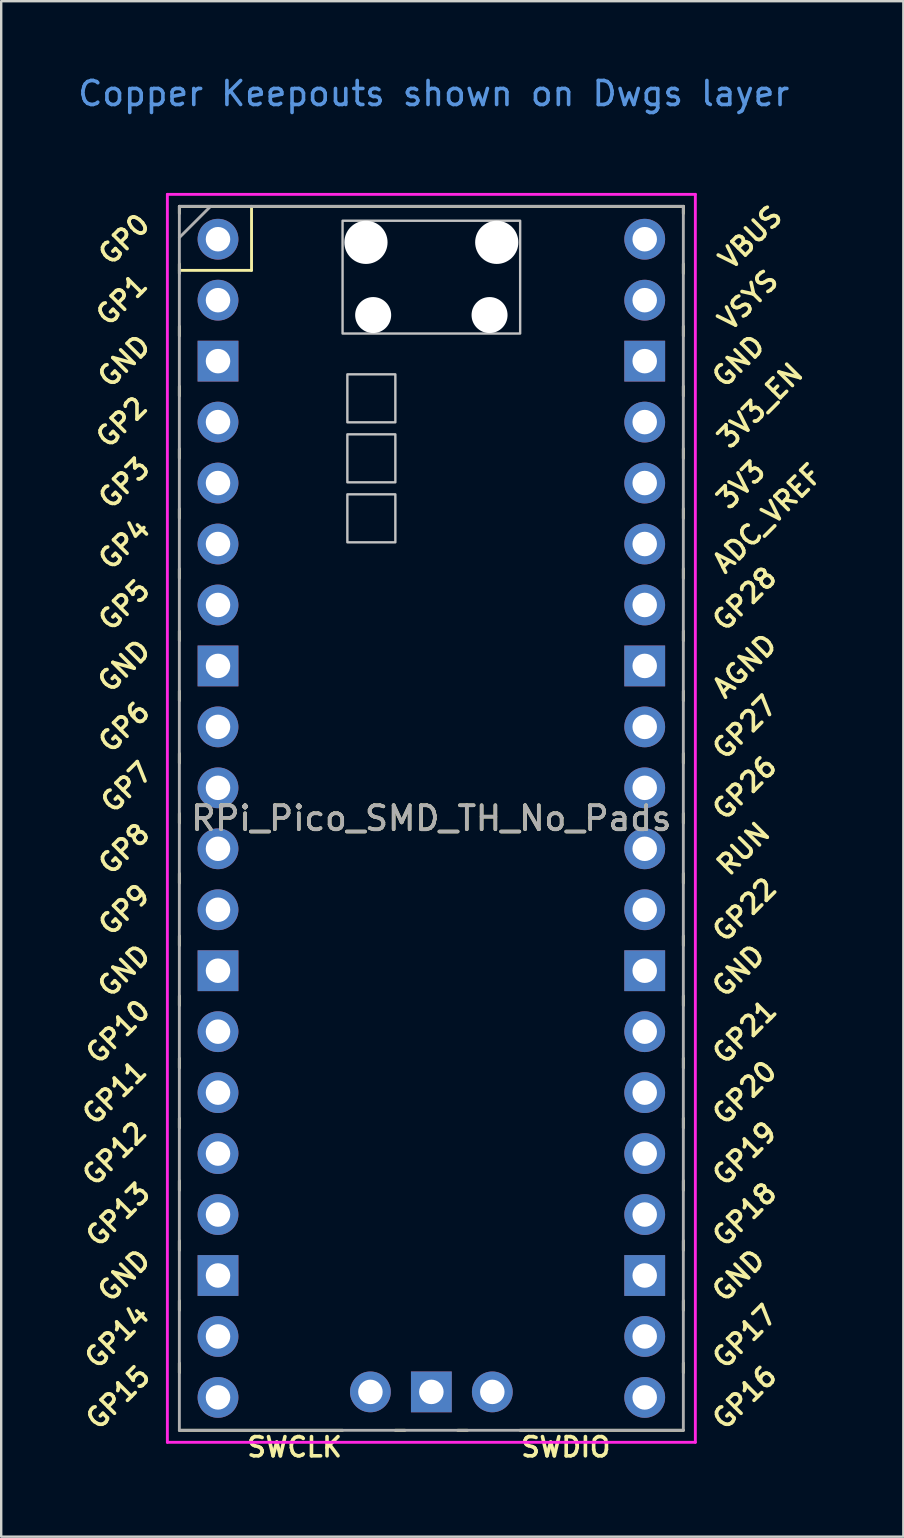
<source format=kicad_pcb>
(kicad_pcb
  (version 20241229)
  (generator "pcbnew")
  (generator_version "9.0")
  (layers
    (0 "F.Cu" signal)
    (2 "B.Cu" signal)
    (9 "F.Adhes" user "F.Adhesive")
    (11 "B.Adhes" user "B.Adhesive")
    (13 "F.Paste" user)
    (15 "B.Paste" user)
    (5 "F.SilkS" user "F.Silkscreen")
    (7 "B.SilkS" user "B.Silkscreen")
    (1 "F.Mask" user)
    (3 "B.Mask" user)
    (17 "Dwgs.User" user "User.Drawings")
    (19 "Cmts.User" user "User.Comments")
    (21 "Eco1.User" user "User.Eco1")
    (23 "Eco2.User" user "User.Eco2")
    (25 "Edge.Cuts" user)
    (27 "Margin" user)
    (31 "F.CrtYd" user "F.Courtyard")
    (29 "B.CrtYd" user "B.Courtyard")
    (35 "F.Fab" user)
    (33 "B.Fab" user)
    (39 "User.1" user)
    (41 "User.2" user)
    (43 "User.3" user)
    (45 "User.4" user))
  (footprint "RPi_Pico_SMD_TH_No_Pads"
    (layer "F.Cu")
    (at 14.924 31.048)
    (property "Reference" "RPi_Pico_SMD_TH_No_Pads" (at 0 0 0) (layer "F.SilkS") (effects (font (size 1 1) (thickness 0.15))))
    (attr through_hole)
    (fp_line (start -10.5 -25.5) (end -10.5 -25.2) (stroke (width 0.12) (type solid)) (layer "F.SilkS"))
    (fp_line (start -10.5 -25.5) (end 10.5 -25.5) (stroke (width 0.12) (type solid)) (layer "F.SilkS"))
    (fp_line (start -10.5 -23.1) (end -10.5 -22.7) (stroke (width 0.12) (type solid)) (layer "F.SilkS"))
    (fp_line (start -10.5 -22.833) (end -7.493 -22.833) (stroke (width 0.12) (type solid)) (layer "F.SilkS"))
    (fp_line (start -10.5 -20.5) (end -10.5 -20.1) (stroke (width 0.12) (type solid)) (layer "F.SilkS"))
    (fp_line (start -10.5 -18) (end -10.5 -17.6) (stroke (width 0.12) (type solid)) (layer "F.SilkS"))
    (fp_line (start -10.5 -15.4) (end -10.5 -15) (stroke (width 0.12) (type solid)) (layer "F.SilkS"))
    (fp_line (start -10.5 -12.9) (end -10.5 -12.5) (stroke (width 0.12) (type solid)) (layer "F.SilkS"))
    (fp_line (start -10.5 -10.4) (end -10.5 -10) (stroke (width 0.12) (type solid)) (layer "F.SilkS"))
    (fp_line (start -10.5 -7.8) (end -10.5 -7.4) (stroke (width 0.12) (type solid)) (layer "F.SilkS"))
    (fp_line (start -10.5 -5.3) (end -10.5 -4.9) (stroke (width 0.12) (type solid)) (layer "F.SilkS"))
    (fp_line (start -10.5 -2.7) (end -10.5 -2.3) (stroke (width 0.12) (type solid)) (layer "F.SilkS"))
    (fp_line (start -10.5 -0.2) (end -10.5 0.2) (stroke (width 0.12) (type solid)) (layer "F.SilkS"))
    (fp_line (start -10.5 2.3) (end -10.5 2.7) (stroke (width 0.12) (type solid)) (layer "F.SilkS"))
    (fp_line (start -10.5 4.9) (end -10.5 5.3) (stroke (width 0.12) (type solid)) (layer "F.SilkS"))
    (fp_line (start -10.5 7.4) (end -10.5 7.8) (stroke (width 0.12) (type solid)) (layer "F.SilkS"))
    (fp_line (start -10.5 10) (end -10.5 10.4) (stroke (width 0.12) (type solid)) (layer "F.SilkS"))
    (fp_line (start -10.5 12.5) (end -10.5 12.9) (stroke (width 0.12) (type solid)) (layer "F.SilkS"))
    (fp_line (start -10.5 15.1) (end -10.5 15.5) (stroke (width 0.12) (type solid)) (layer "F.SilkS"))
    (fp_line (start -10.5 17.6) (end -10.5 18) (stroke (width 0.12) (type solid)) (layer "F.SilkS"))
    (fp_line (start -10.5 20.1) (end -10.5 20.5) (stroke (width 0.12) (type solid)) (layer "F.SilkS"))
    (fp_line (start -10.5 22.7) (end -10.5 23.1) (stroke (width 0.12) (type solid)) (layer "F.SilkS"))
    (fp_line (start -7.493 -22.833) (end -7.493 -25.5) (stroke (width 0.12) (type solid)) (layer "F.SilkS"))
    (fp_line (start -3.7 25.5) (end -10.5 25.5) (stroke (width 0.12) (type solid)) (layer "F.SilkS"))
    (fp_line (start -1.5 25.5) (end -1.1 25.5) (stroke (width 0.12) (type solid)) (layer "F.SilkS"))
    (fp_line (start 1.1 25.5) (end 1.5 25.5) (stroke (width 0.12) (type solid)) (layer "F.SilkS"))
    (fp_line (start 10.5 -25.5) (end 10.5 -25.2) (stroke (width 0.12) (type solid)) (layer "F.SilkS"))
    (fp_line (start 10.5 -23.1) (end 10.5 -22.7) (stroke (width 0.12) (type solid)) (layer "F.SilkS"))
    (fp_line (start 10.5 -20.5) (end 10.5 -20.1) (stroke (width 0.12) (type solid)) (layer "F.SilkS"))
    (fp_line (start 10.5 -18) (end 10.5 -17.6) (stroke (width 0.12) (type solid)) (layer "F.SilkS"))
    (fp_line (start 10.5 -15.4) (end 10.5 -15) (stroke (width 0.12) (type solid)) (layer "F.SilkS"))
    (fp_line (start 10.5 -12.9) (end 10.5 -12.5) (stroke (width 0.12) (type solid)) (layer "F.SilkS"))
    (fp_line (start 10.5 -10.4) (end 10.5 -10) (stroke (width 0.12) (type solid)) (layer "F.SilkS"))
    (fp_line (start 10.5 -7.8) (end 10.5 -7.4) (stroke (width 0.12) (type solid)) (layer "F.SilkS"))
    (fp_line (start 10.5 -5.3) (end 10.5 -4.9) (stroke (width 0.12) (type solid)) (layer "F.SilkS"))
    (fp_line (start 10.5 -2.7) (end 10.5 -2.3) (stroke (width 0.12) (type solid)) (layer "F.SilkS"))
    (fp_line (start 10.5 -0.2) (end 10.5 0.2) (stroke (width 0.12) (type solid)) (layer "F.SilkS"))
    (fp_line (start 10.5 2.3) (end 10.5 2.7) (stroke (width 0.12) (type solid)) (layer "F.SilkS"))
    (fp_line (start 10.5 4.9) (end 10.5 5.3) (stroke (width 0.12) (type solid)) (layer "F.SilkS"))
    (fp_line (start 10.5 7.4) (end 10.5 7.8) (stroke (width 0.12) (type solid)) (layer "F.SilkS"))
    (fp_line (start 10.5 10) (end 10.5 10.4) (stroke (width 0.12) (type solid)) (layer "F.SilkS"))
    (fp_line (start 10.5 12.5) (end 10.5 12.9) (stroke (width 0.12) (type solid)) (layer "F.SilkS"))
    (fp_line (start 10.5 15.1) (end 10.5 15.5) (stroke (width 0.12) (type solid)) (layer "F.SilkS"))
    (fp_line (start 10.5 17.6) (end 10.5 18) (stroke (width 0.12) (type solid)) (layer "F.SilkS"))
    (fp_line (start 10.5 20.1) (end 10.5 20.5) (stroke (width 0.12) (type solid)) (layer "F.SilkS"))
    (fp_line (start 10.5 22.7) (end 10.5 23.1) (stroke (width 0.12) (type solid)) (layer "F.SilkS"))
    (fp_line (start 10.5 25.5) (end 3.7 25.5) (stroke (width 0.12) (type solid)) (layer "F.SilkS"))
    (fp_poly (pts (xy -1.5 -16.5) (xy -3.5 -16.5) (xy -3.5 -18.5) (xy -1.5 -18.5)) (stroke (width 0.1) (type solid)) (fill no) (layer "Dwgs.User"))
    (fp_poly (pts (xy -1.5 -14) (xy -3.5 -14) (xy -3.5 -16) (xy -1.5 -16)) (stroke (width 0.1) (type solid)) (fill no) (layer "Dwgs.User"))
    (fp_poly (pts (xy -1.5 -11.5) (xy -3.5 -11.5) (xy -3.5 -13.5) (xy -1.5 -13.5)) (stroke (width 0.1) (type solid)) (fill no) (layer "Dwgs.User"))
    (fp_poly (pts (xy 3.7 -20.2) (xy -3.7 -20.2) (xy -3.7 -24.9) (xy 3.7 -24.9)) (stroke (width 0.1) (type solid)) (fill no) (layer "Dwgs.User"))
    (fp_line (start -11 -26) (end 11 -26) (stroke (width 0.12) (type solid)) (layer "F.CrtYd"))
    (fp_line (start -11 26) (end -11 -26) (stroke (width 0.12) (type solid)) (layer "F.CrtYd"))
    (fp_line (start 11 -26) (end 11 26) (stroke (width 0.12) (type solid)) (layer "F.CrtYd"))
    (fp_line (start 11 26) (end -11 26) (stroke (width 0.12) (type solid)) (layer "F.CrtYd"))
    (fp_line (start -10.5 -25.5) (end 10.5 -25.5) (stroke (width 0.12) (type solid)) (layer "F.Fab"))
    (fp_line (start -10.5 -24.2) (end -9.2 -25.5) (stroke (width 0.12) (type solid)) (layer "F.Fab"))
    (fp_line (start -10.5 25.5) (end -10.5 -25.5) (stroke (width 0.12) (type solid)) (layer "F.Fab"))
    (fp_line (start 10.5 -25.5) (end 10.5 25.5) (stroke (width 0.12) (type solid)) (layer "F.Fab"))
    (fp_line (start 10.5 25.5) (end -10.5 25.5) (stroke (width 0.12) (type solid)) (layer "F.Fab"))
    (fp_text user "GP26" (at 13.054 -1.27 45) (layer "F.SilkS") (effects (font (size 0.8 0.8) (thickness 0.15))))
    (fp_text user "GND" (at 12.8 -19.05 45) (layer "F.SilkS") (effects (font (size 0.8 0.8) (thickness 0.15))))
    (fp_text user "GND" (at -12.8 -19.05 45) (layer "F.SilkS") (effects (font (size 0.8 0.8) (thickness 0.15))))
    (fp_text user "GP11" (at -13.2 11.43 45) (layer "F.SilkS") (effects (font (size 0.8 0.8) (thickness 0.15))))
    (fp_text user "GP8" (at -12.8 1.27 45) (layer "F.SilkS") (effects (font (size 0.8 0.8) (thickness 0.15))))
    (fp_text user "ADC_VREF" (at 14 -12.5 45) (layer "F.SilkS") (effects (font (size 0.8 0.8) (thickness 0.15))))
    (fp_text user "SWCLK" (at -5.7 26.2 0) (layer "F.SilkS") (effects (font (size 0.8 0.8) (thickness 0.15))))
    (fp_text user "GP18" (at 13.054 16.51 45) (layer "F.SilkS") (effects (font (size 0.8 0.8) (thickness 0.15))))
    (fp_text user "VSYS" (at 13.2 -21.59 45) (layer "F.SilkS") (effects (font (size 0.8 0.8) (thickness 0.15))))
    (fp_text user "GND" (at -12.8 19.05 45) (layer "F.SilkS") (effects (font (size 0.8 0.8) (thickness 0.15))))
    (fp_text user "RUN" (at 13 1.27 45) (layer "F.SilkS") (effects (font (size 0.8 0.8) (thickness 0.15))))
    (fp_text user "3V3" (at 12.9 -13.9 45) (layer "F.SilkS") (effects (font (size 0.8 0.8) (thickness 0.15))))
    (fp_text user "GP16" (at 13.054 24.13 45) (layer "F.SilkS") (effects (font (size 0.8 0.8) (thickness 0.15))))
    (fp_text user "3V3_EN" (at 13.7 -17.2 45) (layer "F.SilkS") (effects (font (size 0.8 0.8) (thickness 0.15))))
    (fp_text user "GP27" (at 13.054 -3.8 45) (layer "F.SilkS") (effects (font (size 0.8 0.8) (thickness 0.15))))
    (fp_text user "GP3" (at -12.8 -13.97 45) (layer "F.SilkS") (effects (font (size 0.8 0.8) (thickness 0.15))))
    (fp_text user "GP2" (at -12.9 -16.51 45) (layer "F.SilkS") (effects (font (size 0.8 0.8) (thickness 0.15))))
    (fp_text user "AGND" (at 13.054 -6.35 45) (layer "F.SilkS") (effects (font (size 0.8 0.8) (thickness 0.15))))
    (fp_text user "GP1" (at -12.9 -21.6 45) (layer "F.SilkS") (effects (font (size 0.8 0.8) (thickness 0.15))))
    (fp_text user "GP15" (at -13.054 24.13 45) (layer "F.SilkS") (effects (font (size 0.8 0.8) (thickness 0.15))))
    (fp_text user "GP17" (at 13.054 21.59 45) (layer "F.SilkS") (effects (font (size 0.8 0.8) (thickness 0.15))))
    (fp_text user "GP5" (at -12.8 -8.89 45) (layer "F.SilkS") (effects (font (size 0.8 0.8) (thickness 0.15))))
    (fp_text user "GND" (at -12.8 6.35 45) (layer "F.SilkS") (effects (font (size 0.8 0.8) (thickness 0.15))))
    (fp_text user "GP13" (at -13.054 16.51 45) (layer "F.SilkS") (effects (font (size 0.8 0.8) (thickness 0.15))))
    (fp_text user "GP22" (at 13.054 3.81 45) (layer "F.SilkS") (effects (font (size 0.8 0.8) (thickness 0.15))))
    (fp_text user "GP19" (at 13.054 13.97 45) (layer "F.SilkS") (effects (font (size 0.8 0.8) (thickness 0.15))))
    (fp_text user "GND" (at 12.8 6.35 45) (layer "F.SilkS") (effects (font (size 0.8 0.8) (thickness 0.15))))
    (fp_text user "GP4" (at -12.8 -11.43 45) (layer "F.SilkS") (effects (font (size 0.8 0.8) (thickness 0.15))))
    (fp_text user "GP6" (at -12.8 -3.81 45) (layer "F.SilkS") (effects (font (size 0.8 0.8) (thickness 0.15))))
    (fp_text user "GP21" (at 13.054 8.9 45) (layer "F.SilkS") (effects (font (size 0.8 0.8) (thickness 0.15))))
    (fp_text user "SWDIO" (at 5.6 26.2 0) (layer "F.SilkS") (effects (font (size 0.8 0.8) (thickness 0.15))))
    (fp_text user "GP14" (at -13.1 21.59 45) (layer "F.SilkS") (effects (font (size 0.8 0.8) (thickness 0.15))))
    (fp_text user "GP0" (at -12.8 -24.13 45) (layer "F.SilkS") (effects (font (size 0.8 0.8) (thickness 0.15))))
    (fp_text user "VBUS" (at 13.3 -24.2 45) (layer "F.SilkS") (effects (font (size 0.8 0.8) (thickness 0.15))))
    (fp_text user "GP9" (at -12.8 3.81 45) (layer "F.SilkS") (effects (font (size 0.8 0.8) (thickness 0.15))))
    (fp_text user "GND" (at 12.8 19.05 45) (layer "F.SilkS") (effects (font (size 0.8 0.8) (thickness 0.15))))
    (fp_text user "GND" (at -12.8 -6.35 45) (layer "F.SilkS") (effects (font (size 0.8 0.8) (thickness 0.15))))
    (fp_text user "GP28" (at 13.054 -9.144 45) (layer "F.SilkS") (effects (font (size 0.8 0.8) (thickness 0.15))))
    (fp_text user "GP7" (at -12.7 -1.3 45) (layer "F.SilkS") (effects (font (size 0.8 0.8) (thickness 0.15))))
    (fp_text user "GP20" (at 13.054 11.43 45) (layer "F.SilkS") (effects (font (size 0.8 0.8) (thickness 0.15))))
    (fp_text user "GP12" (at -13.2 13.97 45) (layer "F.SilkS") (effects (font (size 0.8 0.8) (thickness 0.15))))
    (fp_text user "GP10" (at -13.054 8.89 45) (layer "F.SilkS") (effects (font (size 0.8 0.8) (thickness 0.15))))
    (fp_text user "Copper Keepouts shown on Dwgs layer" (at 0.1 -30.2 0) (layer "Cmts.User") (effects (font (size 1 1) (thickness 0.15))))
    (fp_text user "${REFERENCE}" (at 0 0 180) (layer "F.Fab") (effects (font (size 1 1) (thickness 0.15))))
    (pad "" np_thru_hole oval (at -2.725 -24) (size 1.8 1.8) (drill 1.8) (layers "*.Cu" "*.Mask"))
    (pad "" np_thru_hole oval (at -2.425 -20.97) (size 1.5 1.5) (drill 1.5) (layers "*.Cu" "*.Mask"))
    (pad "" np_thru_hole oval (at 2.425 -20.97) (size 1.5 1.5) (drill 1.5) (layers "*.Cu" "*.Mask"))
    (pad "" np_thru_hole oval (at 2.725 -24) (size 1.8 1.8) (drill 1.8) (layers "*.Cu" "*.Mask"))
    (pad "1" thru_hole oval (at -8.89 -24.13) (size 1.7 1.7) (drill 1.02) (layers "*.Cu" "*.Mask"))
    (pad "2" thru_hole oval (at -8.89 -21.59) (size 1.7 1.7) (drill 1.02) (layers "*.Cu" "*.Mask"))
    (pad "3" thru_hole rect (at -8.89 -19.05) (size 1.7 1.7) (drill 1.02) (layers "*.Cu" "*.Mask"))
    (pad "4" thru_hole oval (at -8.89 -16.51) (size 1.7 1.7) (drill 1.02) (layers "*.Cu" "*.Mask"))
    (pad "5" thru_hole oval (at -8.89 -13.97) (size 1.7 1.7) (drill 1.02) (layers "*.Cu" "*.Mask"))
    (pad "6" thru_hole oval (at -8.89 -11.43) (size 1.7 1.7) (drill 1.02) (layers "*.Cu" "*.Mask"))
    (pad "7" thru_hole oval (at -8.89 -8.89) (size 1.7 1.7) (drill 1.02) (layers "*.Cu" "*.Mask"))
    (pad "8" thru_hole rect (at -8.89 -6.35) (size 1.7 1.7) (drill 1.02) (layers "*.Cu" "*.Mask"))
    (pad "9" thru_hole oval (at -8.89 -3.81) (size 1.7 1.7) (drill 1.02) (layers "*.Cu" "*.Mask"))
    (pad "10" thru_hole oval (at -8.89 -1.27) (size 1.7 1.7) (drill 1.02) (layers "*.Cu" "*.Mask"))
    (pad "11" thru_hole oval (at -8.89 1.27) (size 1.7 1.7) (drill 1.02) (layers "*.Cu" "*.Mask"))
    (pad "12" thru_hole oval (at -8.89 3.81) (size 1.7 1.7) (drill 1.02) (layers "*.Cu" "*.Mask"))
    (pad "13" thru_hole rect (at -8.89 6.35) (size 1.7 1.7) (drill 1.02) (layers "*.Cu" "*.Mask"))
    (pad "14" thru_hole oval (at -8.89 8.89) (size 1.7 1.7) (drill 1.02) (layers "*.Cu" "*.Mask"))
    (pad "15" thru_hole oval (at -8.89 11.43) (size 1.7 1.7) (drill 1.02) (layers "*.Cu" "*.Mask"))
    (pad "16" thru_hole oval (at -8.89 13.97) (size 1.7 1.7) (drill 1.02) (layers "*.Cu" "*.Mask"))
    (pad "17" thru_hole oval (at -8.89 16.51) (size 1.7 1.7) (drill 1.02) (layers "*.Cu" "*.Mask"))
    (pad "18" thru_hole rect (at -8.89 19.05) (size 1.7 1.7) (drill 1.02) (layers "*.Cu" "*.Mask"))
    (pad "19" thru_hole oval (at -8.89 21.59) (size 1.7 1.7) (drill 1.02) (layers "*.Cu" "*.Mask"))
    (pad "20" thru_hole oval (at -8.89 24.13) (size 1.7 1.7) (drill 1.02) (layers "*.Cu" "*.Mask"))
    (pad "21" thru_hole oval (at 8.89 24.13) (size 1.7 1.7) (drill 1.02) (layers "*.Cu" "*.Mask"))
    (pad "22" thru_hole oval (at 8.89 21.59) (size 1.7 1.7) (drill 1.02) (layers "*.Cu" "*.Mask"))
    (pad "23" thru_hole rect (at 8.89 19.05) (size 1.7 1.7) (drill 1.02) (layers "*.Cu" "*.Mask"))
    (pad "24" thru_hole oval (at 8.89 16.51) (size 1.7 1.7) (drill 1.02) (layers "*.Cu" "*.Mask"))
    (pad "25" thru_hole oval (at 8.89 13.97) (size 1.7 1.7) (drill 1.02) (layers "*.Cu" "*.Mask"))
    (pad "26" thru_hole oval (at 8.89 11.43) (size 1.7 1.7) (drill 1.02) (layers "*.Cu" "*.Mask"))
    (pad "27" thru_hole oval (at 8.89 8.89) (size 1.7 1.7) (drill 1.02) (layers "*.Cu" "*.Mask"))
    (pad "28" thru_hole rect (at 8.89 6.35) (size 1.7 1.7) (drill 1.02) (layers "*.Cu" "*.Mask"))
    (pad "29" thru_hole oval (at 8.89 3.81) (size 1.7 1.7) (drill 1.02) (layers "*.Cu" "*.Mask"))
    (pad "30" thru_hole oval (at 8.89 1.27) (size 1.7 1.7) (drill 1.02) (layers "*.Cu" "*.Mask"))
    (pad "31" thru_hole oval (at 8.89 -1.27) (size 1.7 1.7) (drill 1.02) (layers "*.Cu" "*.Mask"))
    (pad "32" thru_hole oval (at 8.89 -3.81) (size 1.7 1.7) (drill 1.02) (layers "*.Cu" "*.Mask"))
    (pad "33" thru_hole rect (at 8.89 -6.35) (size 1.7 1.7) (drill 1.02) (layers "*.Cu" "*.Mask"))
    (pad "34" thru_hole oval (at 8.89 -8.89) (size 1.7 1.7) (drill 1.02) (layers "*.Cu" "*.Mask"))
    (pad "35" thru_hole oval (at 8.89 -11.43) (size 1.7 1.7) (drill 1.02) (layers "*.Cu" "*.Mask"))
    (pad "36" thru_hole oval (at 8.89 -13.97) (size 1.7 1.7) (drill 1.02) (layers "*.Cu" "*.Mask"))
    (pad "37" thru_hole oval (at 8.89 -16.51) (size 1.7 1.7) (drill 1.02) (layers "*.Cu" "*.Mask"))
    (pad "38" thru_hole rect (at 8.89 -19.05) (size 1.7 1.7) (drill 1.02) (layers "*.Cu" "*.Mask"))
    (pad "39" thru_hole oval (at 8.89 -21.59) (size 1.7 1.7) (drill 1.02) (layers "*.Cu" "*.Mask"))
    (pad "40" thru_hole oval (at 8.89 -24.13) (size 1.7 1.7) (drill 1.02) (layers "*.Cu" "*.Mask"))
    (pad "41" thru_hole oval (at -2.54 23.9) (size 1.7 1.7) (drill 1.02) (layers "*.Cu" "*.Mask"))
    (pad "42" thru_hole rect (at 0 23.9) (size 1.7 1.7) (drill 1.02) (layers "*.Cu" "*.Mask"))
    (pad "43" thru_hole oval (at 2.54 23.9) (size 1.7 1.7) (drill 1.02) (layers "*.Cu" "*.Mask")))
  (gr_rect
    (start -3 -3)
    (end 34.591 60.98)
    (stroke (width 0.1) (type default))
    (fill no)
    (layer "Edge.Cuts")))
</source>
